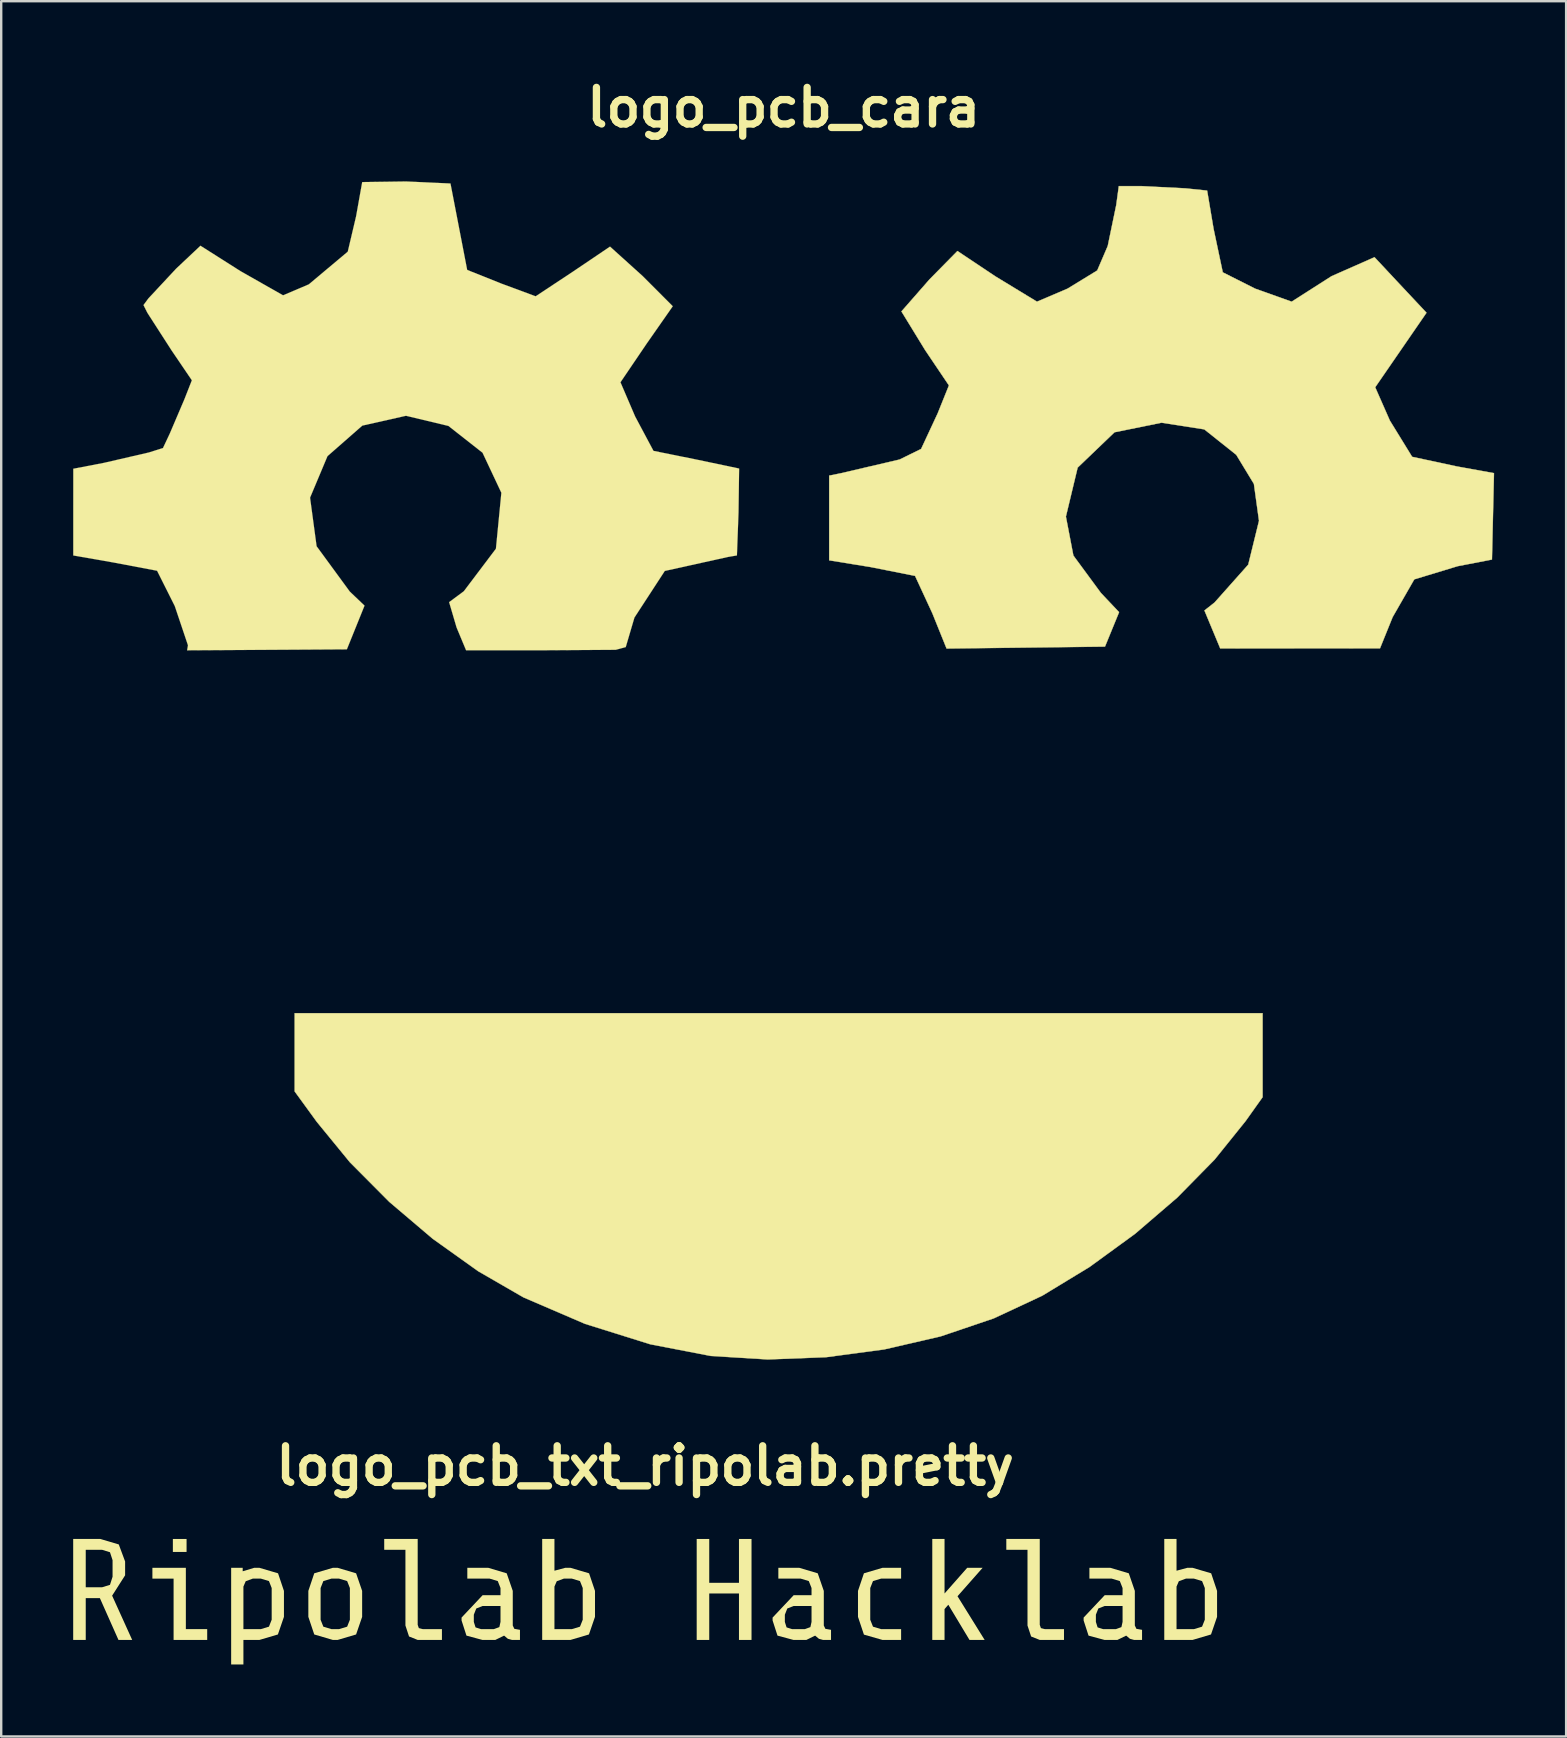
<source format=kicad_pcb>
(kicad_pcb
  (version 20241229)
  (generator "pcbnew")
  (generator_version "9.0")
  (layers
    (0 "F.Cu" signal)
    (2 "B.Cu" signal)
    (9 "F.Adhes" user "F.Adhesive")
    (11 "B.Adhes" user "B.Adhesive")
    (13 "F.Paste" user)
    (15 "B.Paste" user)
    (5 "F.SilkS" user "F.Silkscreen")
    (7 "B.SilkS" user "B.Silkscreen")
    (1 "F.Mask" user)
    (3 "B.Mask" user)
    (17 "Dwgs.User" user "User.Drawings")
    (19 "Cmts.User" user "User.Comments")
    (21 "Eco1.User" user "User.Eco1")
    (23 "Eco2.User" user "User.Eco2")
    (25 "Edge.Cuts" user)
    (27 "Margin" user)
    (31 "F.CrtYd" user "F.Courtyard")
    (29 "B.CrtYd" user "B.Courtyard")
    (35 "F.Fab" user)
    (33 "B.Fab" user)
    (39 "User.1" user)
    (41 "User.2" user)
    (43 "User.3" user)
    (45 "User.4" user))
  (footprint "logo_pcb_cara"
    (layer "F.Cu")
    (at 29.607 29.237)
    (property "Reference" "logo_pcb_cara" (at 0 -27.81 0) (layer "F.SilkS") (effects (font (size 1.524 1.524) (thickness 0.305))))
    (attr smd)
    (fp_poly (pts (xy -3.041 24.22) (xy -5.558 23.734) (xy -8.277 22.883) (xy -10.84 21.781) (xy -12.729 20.69) (xy -14.624 19.337) (xy -16.436 17.798) (xy -18.076 16.149) (xy -19.455 14.464) (xy -20.377 13.196) (xy -20.377 11.567) (xy -20.377 9.938) (xy -0.208 9.938) (xy 19.961 9.938) (xy 19.961 11.687) (xy 19.961 13.436) (xy 19.251 14.434) (xy 17.961 16.037) (xy 16.403 17.622) (xy 14.643 19.133) (xy 12.747 20.514) (xy 10.78 21.709) (xy 8.757 22.655) (xy 6.54 23.406) (xy 4.19 23.949) (xy 1.769 24.273) (xy -0.662 24.367) (xy -3.041 24.22)) (stroke (width 0.014) (type solid)) (fill yes) (layer "F.SilkS"))
    (fp_poly (pts (xy 6.198 -6.73) (xy 5.477 -8.288) (xy 3.624 -8.656) (xy 1.899 -8.936) (xy 1.899 -10.701) (xy 1.899 -12.466) (xy 2.388 -12.565) (xy 4.835 -13.137) (xy 5.73 -13.578) (xy 6.418 -15.056) (xy 6.889 -16.225) (xy 5.899 -17.694) (xy 4.91 -19.309) (xy 6.076 -20.64) (xy 7.243 -21.826) (xy 8.823 -20.771) (xy 10.558 -19.715) (xy 11.83 -20.257) (xy 13.069 -21.015) (xy 13.507 -22.035) (xy 13.861 -23.741) (xy 13.969 -24.531) (xy 14.911 -24.531) (xy 16.751 -24.437) (xy 17.649 -24.344) (xy 17.919 -22.744) (xy 18.301 -20.938) (xy 19.65 -20.258) (xy 21.171 -19.715) (xy 22.835 -20.778) (xy 24.624 -21.568) (xy 25.833 -20.275) (xy 26.791 -19.254) (xy 25.722 -17.701) (xy 24.653 -16.148) (xy 25.265 -14.758) (xy 26.193 -13.249) (xy 28.056 -12.849) (xy 29.603 -12.569) (xy 29.561 -10.768) (xy 29.519 -8.968) (xy 28.089 -8.692) (xy 26.283 -8.144) (xy 25.38 -6.571) (xy 24.853 -5.269) (xy 21.524 -5.267) (xy 18.195 -5.265) (xy 17.866 -6.055) (xy 17.537 -6.846) (xy 17.959 -7.178) (xy 19.362 -8.755) (xy 19.811 -10.583) (xy 19.598 -12.122) (xy 18.863 -13.333) (xy 17.53 -14.394) (xy 15.747 -14.671) (xy 13.79 -14.273) (xy 12.253 -12.8) (xy 11.763 -10.759) (xy 12.075 -9.135) (xy 13.224 -7.574) (xy 13.98 -6.775) (xy 13.686 -6.058) (xy 13.392 -5.34) (xy 10.091 -5.3) (xy 6.791 -5.26) (xy 6.198 -6.73) (xy 6.198 -6.73)) (stroke (width 0.014) (type solid)) (fill yes) (layer "F.SilkS"))
    (fp_poly (pts (xy -24.823 -5.394) (xy -25.373 -7.03) (xy -26.111 -8.502) (xy -27.929 -8.846) (xy -29.603 -9.139) (xy -29.603 -10.945) (xy -29.602 -12.752) (xy -28.318 -12.999) (xy -26.449 -13.431) (xy -25.865 -13.616) (xy -25.577 -14.228) (xy -24.975 -15.64) (xy -24.661 -16.439) (xy -25.504 -17.681) (xy -26.513 -19.248) (xy -26.677 -19.574) (xy -26.472 -19.851) (xy -25.315 -21.093) (xy -24.303 -22.046) (xy -22.631 -20.985) (xy -20.861 -19.98) (xy -19.787 -20.437) (xy -18.164 -21.799) (xy -17.817 -23.273) (xy -17.562 -24.699) (xy -15.739 -24.725) (xy -13.884 -24.64) (xy -13.535 -22.835) (xy -13.188 -21.038) (xy -11.766 -20.47) (xy -10.334 -19.939) (xy -8.796 -20.956) (xy -7.235 -22.01) (xy -5.879 -20.786) (xy -4.62 -19.525) (xy -5.71 -17.964) (xy -6.8 -16.356) (xy -6.187 -14.928) (xy -5.424 -13.497) (xy -3.584 -13.125) (xy -1.855 -12.761) (xy -1.88 -10.931) (xy -1.946 -9.14) (xy -2.322 -9.076) (xy -4.952 -8.494) (xy -6.217 -6.552) (xy -6.58 -5.32) (xy -6.998 -5.207) (xy -9.866 -5.189) (xy -13.234 -5.189) (xy -13.63 -6.139) (xy -13.94 -7.193) (xy -13.328 -7.647) (xy -11.99 -9.419) (xy -11.763 -11.751) (xy -12.548 -13.42) (xy -13.97 -14.537) (xy -15.738 -14.96) (xy -17.558 -14.55) (xy -19.009 -13.278) (xy -19.736 -11.547) (xy -19.463 -9.523) (xy -18.081 -7.635) (xy -17.466 -7.048) (xy -17.834 -6.137) (xy -18.202 -5.226) (xy -21.53 -5.206) (xy -24.859 -5.186) (xy -24.823 -5.394) (xy -24.823 -5.394)) (stroke (width 0.007) (type solid)) (fill yes) (layer "F.SilkS")))
  (footprint "logo_pcb_txt_ripolab.pretty"
    (layer "F.Cu")
    (at 23.835 63.7)
    (property "Reference" "logo_pcb_txt_ripolab.pretty" (at 0 -5.663 0) (layer "F.SilkS") (effects (font (size 1.524 1.524) (thickness 0.305))))
    (attr smd)
    (fp_poly (pts (xy -9.478 1.593) (xy -9.839 1.449) (xy -9.989 0.992) (xy -9.989 -2.164) (xy -10.873 -2.164) (xy -10.873 -2.615) (xy -9.478 -2.615) (xy -9.478 0.962) (xy -9.43 1.1) (xy -9.268 1.142) (xy -8.468 1.142) (xy -8.468 1.593) (xy -9.478 1.593)) (stroke (width 0) (type solid)) (fill yes) (layer "F.SilkS"))
    (fp_poly (pts (xy 2.672 -0.343) (xy 2.672 1.593) (xy 2.149 1.593) (xy 2.149 -2.615) (xy 2.672 -2.615) (xy 2.672 -0.788) (xy 3.911 -0.788) (xy 3.911 -2.615) (xy 4.434 -2.615) (xy 4.434 1.593) (xy 3.911 1.593) (xy 3.911 -0.343) (xy 2.672 -0.343)) (stroke (width 0) (type solid)) (fill yes) (layer "F.SilkS"))
    (fp_poly (pts (xy 12.478 0.307) (xy 12.478 1.593) (xy 11.967 1.593) (xy 11.967 -2.615) (xy 12.478 -2.615) (xy 12.478 -0.343) (xy 13.422 -1.413) (xy 14.065 -1.413) (xy 13.019 -0.228) (xy 14.15 1.593) (xy 13.518 1.593) (xy 12.635 0.126) (xy 12.478 0.307)) (stroke (width 0) (type solid)) (fill yes) (layer "F.SilkS"))
    (fp_poly (pts (xy 16.446 1.593) (xy 16.086 1.449) (xy 15.935 0.992) (xy 15.935 -2.164) (xy 15.052 -2.164) (xy 15.052 -2.615) (xy 16.446 -2.615) (xy 16.446 0.962) (xy 16.494 1.1) (xy 16.657 1.142) (xy 17.456 1.142) (xy 17.456 1.593) (xy 16.446 1.593)) (stroke (width 0) (type solid)) (fill yes) (layer "F.SilkS"))
    (fp_poly (pts (xy -19.11 -2.615) (xy -18.25 1.142) (xy -18.25 1.593) (xy -19.651 1.593) (xy -19.651 -0.962) (xy -20.534 -0.962) (xy -20.534 -1.413) (xy -19.14 -1.413) (xy -19.14 1.142) (xy -18.25 1.142) (xy -19.11 -2.615) (xy -19.11 -2.074) (xy -19.681 -2.074) (xy -19.681 -2.615) (xy -19.11 -2.615)) (stroke (width 0) (type solid)) (fill yes) (layer "F.SilkS"))
    (fp_poly (pts (xy 9.893 1.593) (xy 9.118 1.371) (xy 8.871 0.631) (xy 8.871 -0.451) (xy 9.118 -1.184) (xy 9.893 -1.413) (xy 10.668 -1.413) (xy 10.668 -0.962) (xy 9.833 -0.962) (xy 9.496 -0.86) (xy 9.382 -0.571) (xy 9.382 0.751) (xy 9.496 1.04) (xy 9.833 1.142) (xy 10.668 1.142) (xy 10.668 1.593) (xy 9.893 1.593)) (stroke (width 0) (type solid)) (fill yes) (layer "F.SilkS"))
    (fp_poly (pts (xy -23.312 -0.15) (xy -23.312 -0.601) (xy -22.633 -0.601) (xy -22.302 -0.703) (xy -22.194 -1.04) (xy -22.194 -1.731) (xy -22.302 -2.062) (xy -22.633 -2.164) (xy -23.312 -2.164) (xy -23.312 -0.601) (xy -23.312 -0.15) (xy -23.312 1.593) (xy -23.835 1.593) (xy -23.835 -2.615) (xy -22.705 -2.615) (xy -21.935 -2.387) (xy -21.671 -1.677) (xy -21.671 -1.1) (xy -22.212 -0.252) (xy -21.376 1.593) (xy -21.948 1.593) (xy -22.723 -0.15) (xy -23.312 -0.15)) (stroke (width 0) (type solid)) (fill yes) (layer "F.SilkS"))
    (fp_poly (pts (xy -2.089 0.631) (xy -2.715 1.04) (xy -2.6 0.751) (xy -2.6 -0.571) (xy -2.715 -0.86) (xy -3.051 -0.962) (xy -3.388 -0.962) (xy -3.682 -0.854) (xy -3.779 -0.631) (xy -3.779 1.142) (xy -3.051 1.142) (xy -2.715 1.04) (xy -2.089 0.631) (xy -2.342 1.365) (xy -3.111 1.593) (xy -4.29 1.593) (xy -4.29 -2.615) (xy -3.779 -2.615) (xy -3.779 -1.292) (xy -3.328 -1.413) (xy -3.111 -1.413) (xy -2.336 -1.184) (xy -2.089 -0.451) (xy -2.089 0.631)) (stroke (width 0) (type solid)) (fill yes) (layer "F.SilkS"))
    (fp_poly (pts (xy 23.835 0.631) (xy 23.21 1.04) (xy 23.324 0.751) (xy 23.324 -0.571) (xy 23.21 -0.86) (xy 22.873 -0.962) (xy 22.537 -0.962) (xy 22.242 -0.854) (xy 22.146 -0.631) (xy 22.146 1.142) (xy 22.873 1.142) (xy 23.21 1.04) (xy 23.835 0.631) (xy 23.583 1.365) (xy 22.813 1.593) (xy 21.635 1.593) (xy 21.635 -2.615) (xy 22.146 -2.615) (xy 22.146 -1.292) (xy 22.597 -1.413) (xy 22.813 -1.413) (xy 23.589 -1.184) (xy 23.835 -0.451) (xy 23.835 0.631)) (stroke (width 0) (type solid)) (fill yes) (layer "F.SilkS"))
    (fp_poly (pts (xy -16.771 -1.413) (xy -16.771 -1.268) (xy -16.35 -0.962) (xy -16.645 -0.854) (xy -16.741 -0.631) (xy -16.741 1.142) (xy -16.013 1.142) (xy -15.677 1.04) (xy -15.563 0.751) (xy -15.563 -0.571) (xy -15.677 -0.86) (xy -16.013 -0.962) (xy -16.35 -0.962) (xy -16.771 -1.268) (xy -16.29 -1.413) (xy -16.074 -1.413) (xy -15.298 -1.184) (xy -15.052 -0.451) (xy -15.052 0.631) (xy -15.304 1.365) (xy -16.074 1.593) (xy -16.741 1.593) (xy -16.741 2.615) (xy -17.252 2.615) (xy -17.252 -1.413) (xy -16.771 -1.413)) (stroke (width 0) (type solid)) (fill yes) (layer "F.SilkS"))
    (fp_poly (pts (xy -11.793 0.631) (xy -12.304 -0.571) (xy -12.418 -0.86) (xy -12.755 -0.962) (xy -13.073 -0.962) (xy -13.41 -0.86) (xy -13.524 -0.571) (xy -13.524 0.751) (xy -13.41 1.04) (xy -13.073 1.142) (xy -12.755 1.142) (xy -12.418 1.04) (xy -12.304 0.751) (xy -12.304 -0.571) (xy -11.793 0.631) (xy -12.045 1.365) (xy -12.815 1.593) (xy -13.013 1.593) (xy -13.789 1.365) (xy -14.035 0.631) (xy -14.035 -0.451) (xy -13.789 -1.184) (xy -13.013 -1.413) (xy -12.815 -1.413) (xy -12.045 -1.184) (xy -11.793 -0.451) (xy -11.793 0.631)) (stroke (width 0) (type solid)) (fill yes) (layer "F.SilkS"))
    (fp_poly (pts (xy -5.546 1.593) (xy -6.304 1.142) (xy -6.075 1.058) (xy -6.027 0.842) (xy -6.027 0.18) (xy -6.779 0.18) (xy -7.037 0.283) (xy -7.139 0.541) (xy -7.139 0.842) (xy -7.067 1.07) (xy -6.839 1.142) (xy -6.304 1.142) (xy -5.546 1.593) (xy -5.721 1.545) (xy -5.877 1.413) (xy -6.244 1.593) (xy -6.779 1.593) (xy -7.446 1.413) (xy -7.65 0.781) (xy -7.65 0.661) (xy -6.773 -0.271) (xy -6.027 -0.271) (xy -6.027 -0.571) (xy -6.141 -0.86) (xy -6.478 -0.962) (xy -7.41 -0.962) (xy -7.41 -1.413) (xy -6.538 -1.413) (xy -5.769 -1.184) (xy -5.516 -0.451) (xy -5.516 0.992) (xy -5.45 1.13) (xy -5.216 1.172) (xy -5.216 1.593) (xy -5.546 1.593)) (stroke (width 0) (type solid)) (fill yes) (layer "F.SilkS"))
    (fp_poly (pts (xy 7.416 1.593) (xy 6.658 1.142) (xy 6.887 1.058) (xy 6.935 0.842) (xy 6.935 0.18) (xy 6.184 0.18) (xy 5.925 0.283) (xy 5.823 0.541) (xy 5.823 0.842) (xy 5.895 1.07) (xy 6.123 1.142) (xy 6.658 1.142) (xy 7.416 1.593) (xy 7.242 1.545) (xy 7.085 1.413) (xy 6.719 1.593) (xy 6.184 1.593) (xy 5.516 1.413) (xy 5.312 0.781) (xy 5.312 0.661) (xy 6.19 -0.271) (xy 6.935 -0.271) (xy 6.935 -0.571) (xy 6.821 -0.86) (xy 6.484 -0.962) (xy 5.552 -0.962) (xy 5.552 -1.413) (xy 6.424 -1.413) (xy 7.193 -1.184) (xy 7.446 -0.451) (xy 7.446 0.992) (xy 7.512 1.13) (xy 7.747 1.172) (xy 7.747 1.593) (xy 7.416 1.593)) (stroke (width 0) (type solid)) (fill yes) (layer "F.SilkS"))
    (fp_poly (pts (xy 20.378 1.593) (xy 19.621 1.142) (xy 19.849 1.058) (xy 19.897 0.842) (xy 19.897 0.18) (xy 19.146 0.18) (xy 18.887 0.283) (xy 18.785 0.541) (xy 18.785 0.842) (xy 18.857 1.07) (xy 19.086 1.142) (xy 19.621 1.142) (xy 20.378 1.593) (xy 20.204 1.545) (xy 20.048 1.413) (xy 19.681 1.593) (xy 19.146 1.593) (xy 18.479 1.413) (xy 18.274 0.781) (xy 18.274 0.661) (xy 19.152 -0.271) (xy 19.897 -0.271) (xy 19.897 -0.571) (xy 19.783 -0.86) (xy 19.446 -0.962) (xy 18.515 -0.962) (xy 18.515 -1.413) (xy 19.386 -1.413) (xy 20.156 -1.184) (xy 20.408 -0.451) (xy 20.408 0.992) (xy 20.474 1.13) (xy 20.709 1.172) (xy 20.709 1.593) (xy 20.378 1.593)) (stroke (width 0) (type solid)) (fill yes) (layer "F.SilkS")))
  (gr_rect
    (start -3 -3)
    (end 62.217 69.315)
    (stroke (width 0.1) (type default))
    (fill no)
    (layer "Edge.Cuts")))
</source>
